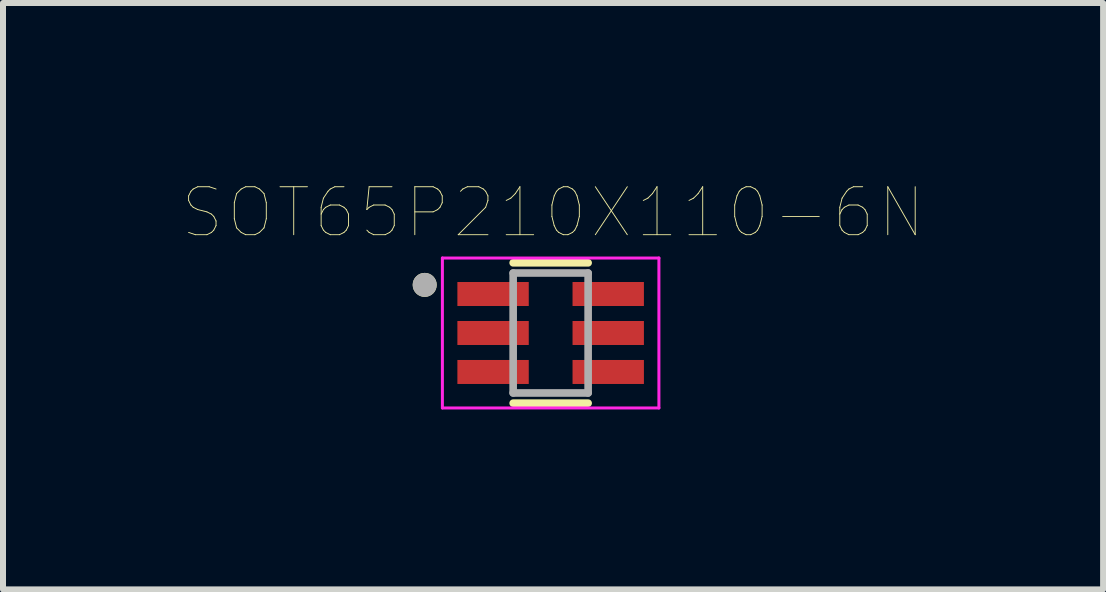
<source format=kicad_pcb>
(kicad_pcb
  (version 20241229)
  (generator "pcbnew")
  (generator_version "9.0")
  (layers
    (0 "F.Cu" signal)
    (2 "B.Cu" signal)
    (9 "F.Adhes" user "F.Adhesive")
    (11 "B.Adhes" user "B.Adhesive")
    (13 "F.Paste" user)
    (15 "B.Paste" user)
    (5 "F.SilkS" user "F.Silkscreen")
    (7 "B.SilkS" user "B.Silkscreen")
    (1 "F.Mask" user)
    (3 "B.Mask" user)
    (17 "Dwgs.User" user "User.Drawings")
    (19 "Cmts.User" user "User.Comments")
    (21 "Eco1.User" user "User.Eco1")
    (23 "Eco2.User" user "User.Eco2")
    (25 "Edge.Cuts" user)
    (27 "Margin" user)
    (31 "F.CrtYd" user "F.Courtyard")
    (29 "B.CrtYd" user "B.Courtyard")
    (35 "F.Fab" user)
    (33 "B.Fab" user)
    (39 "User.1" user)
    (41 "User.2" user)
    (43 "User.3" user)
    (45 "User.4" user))
  (footprint "SOT65P210X110-6N"
    (layer "F.Cu")
    (at 6.131 2.502)
    (property "Reference" "SOT65P210X110-6N" (at 0.04 -2.008 0) (layer "F.SilkS") (effects (font (size 0.8 0.8) (thickness 0.015))))
    (attr through_hole)
    (fp_line (start -0.625 -1.17) (end 0.625 -1.17) (stroke (width 0.127) (type solid)) (layer "F.SilkS"))
    (fp_line (start -0.625 1.17) (end 0.625 1.17) (stroke (width 0.127) (type solid)) (layer "F.SilkS"))
    (fp_circle (center -2.1 -0.802) (end -2 -0.802) (stroke (width 0.2) (type solid)) (fill no) (layer "F.SilkS"))
    (fp_line (start -1.805 -1.25) (end -1.805 1.25) (stroke (width 0.05) (type solid)) (layer "F.CrtYd"))
    (fp_line (start -1.805 1.25) (end 1.805 1.25) (stroke (width 0.05) (type solid)) (layer "F.CrtYd"))
    (fp_line (start 1.805 -1.25) (end -1.805 -1.25) (stroke (width 0.05) (type solid)) (layer "F.CrtYd"))
    (fp_line (start 1.805 1.25) (end 1.805 -1.25) (stroke (width 0.05) (type solid)) (layer "F.CrtYd"))
    (fp_line (start -0.625 -1) (end -0.625 1) (stroke (width 0.127) (type solid)) (layer "F.Fab"))
    (fp_line (start -0.625 1) (end 0.625 1) (stroke (width 0.127) (type solid)) (layer "F.Fab"))
    (fp_line (start 0.625 -1) (end -0.625 -1) (stroke (width 0.127) (type solid)) (layer "F.Fab"))
    (fp_line (start 0.625 1) (end 0.625 -1) (stroke (width 0.127) (type solid)) (layer "F.Fab"))
    (fp_circle (center -2.1 -0.802) (end -2 -0.802) (stroke (width 0.2) (type solid)) (fill no) (layer "F.Fab"))
    (pad "1" smd rect (at -0.96 -0.65) (size 1.19 0.4) (layers "F.Cu" "F.Mask" "F.Paste"))
    (pad "2" smd rect (at -0.96 0) (size 1.19 0.4) (layers "F.Cu" "F.Mask" "F.Paste"))
    (pad "3" smd rect (at -0.96 0.65) (size 1.19 0.4) (layers "F.Cu" "F.Mask" "F.Paste"))
    (pad "4" smd rect (at 0.96 0.65) (size 1.19 0.4) (layers "F.Cu" "F.Mask" "F.Paste"))
    (pad "5" smd rect (at 0.96 0) (size 1.19 0.4) (layers "F.Cu" "F.Mask" "F.Paste"))
    (pad "6" smd rect (at 0.96 -0.65) (size 1.19 0.4) (layers "F.Cu" "F.Mask" "F.Paste")))
  (gr_rect
    (start -3 -3)
    (end 15.342 6.777)
    (stroke (width 0.1) (type default))
    (fill no)
    (layer "Edge.Cuts")))
</source>
